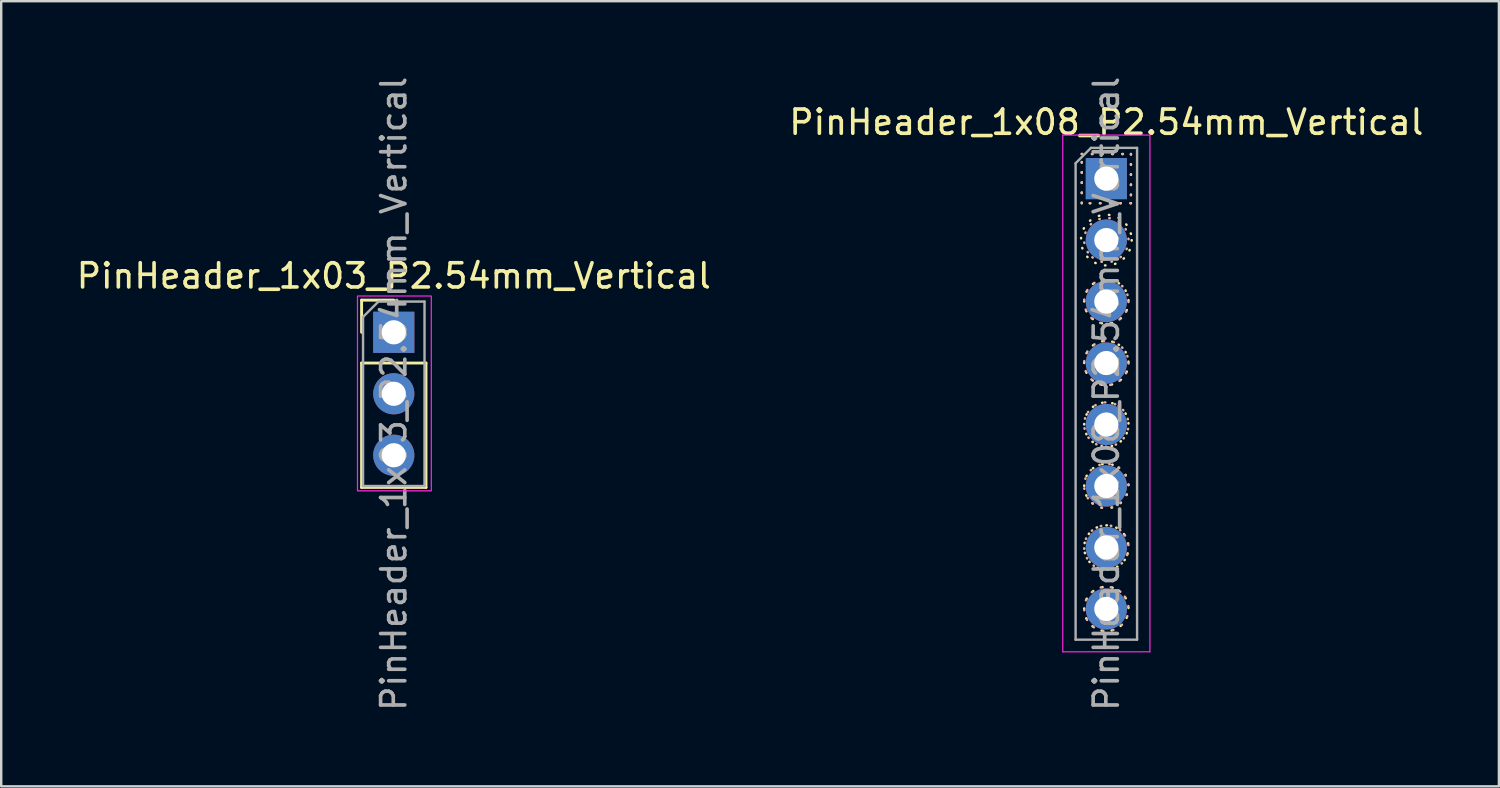
<source format=kicad_pcb>
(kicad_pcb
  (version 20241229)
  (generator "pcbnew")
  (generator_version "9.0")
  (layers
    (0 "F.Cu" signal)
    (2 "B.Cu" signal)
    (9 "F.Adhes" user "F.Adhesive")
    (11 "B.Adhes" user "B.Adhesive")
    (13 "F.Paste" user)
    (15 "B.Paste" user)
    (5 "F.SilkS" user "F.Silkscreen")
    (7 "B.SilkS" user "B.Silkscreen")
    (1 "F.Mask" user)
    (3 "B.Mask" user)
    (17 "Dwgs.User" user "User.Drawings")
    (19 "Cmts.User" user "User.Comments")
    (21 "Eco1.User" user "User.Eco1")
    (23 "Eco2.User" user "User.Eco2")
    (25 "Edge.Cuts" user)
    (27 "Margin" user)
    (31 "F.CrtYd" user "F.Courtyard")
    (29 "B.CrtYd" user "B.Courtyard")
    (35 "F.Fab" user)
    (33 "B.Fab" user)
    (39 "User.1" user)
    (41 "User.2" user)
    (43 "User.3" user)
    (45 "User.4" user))
  (footprint "PinHeader_1x03_P2.54mm_Vertical"
    (layer "F.Cu")
    (at 13.22 10.68)
    (property "Reference" "PinHeader_1x03_P2.54mm_Vertical" (at 0 -2.33 0) (layer "F.SilkS") (effects (font (size 1 1) (thickness 0.15))))
    (attr through_hole)
    (fp_line (start -1.33 -1.33) (end 0 -1.33) (stroke (width 0.12) (type solid)) (layer "F.SilkS"))
    (fp_line (start -1.33 0) (end -1.33 -1.33) (stroke (width 0.12) (type solid)) (layer "F.SilkS"))
    (fp_line (start -1.33 1.27) (end -1.33 6.41) (stroke (width 0.12) (type solid)) (layer "F.SilkS"))
    (fp_line (start -1.33 1.27) (end 1.33 1.27) (stroke (width 0.12) (type solid)) (layer "F.SilkS"))
    (fp_line (start -1.33 6.41) (end 1.33 6.41) (stroke (width 0.12) (type solid)) (layer "F.SilkS"))
    (fp_line (start 1.33 1.27) (end 1.33 6.41) (stroke (width 0.12) (type solid)) (layer "F.SilkS"))
    (fp_rect (start -1.5 -1.5) (end 1.55 6.55) (stroke (width 0.05) (type default)) (fill no) (layer "F.CrtYd"))
    (fp_line (start -1.27 -0.635) (end -0.635 -1.27) (stroke (width 0.1) (type solid)) (layer "F.Fab"))
    (fp_line (start -1.27 6.35) (end -1.27 -0.635) (stroke (width 0.1) (type solid)) (layer "F.Fab"))
    (fp_line (start -0.635 -1.27) (end 1.27 -1.27) (stroke (width 0.1) (type solid)) (layer "F.Fab"))
    (fp_line (start 1.27 -1.27) (end 1.27 6.35) (stroke (width 0.1) (type solid)) (layer "F.Fab"))
    (fp_line (start 1.27 6.35) (end -1.27 6.35) (stroke (width 0.1) (type solid)) (layer "F.Fab"))
    (fp_text user "${REFERENCE}" (at 0 2.54 90) (layer "F.Fab") (effects (font (size 1 1) (thickness 0.15))))
    (pad "1" thru_hole rect (at 0 0) (size 1.7 1.7) (drill 1) (layers "*.Cu" "*.Mask"))
    (pad "2" thru_hole oval (at 0 2.54) (size 1.7 1.7) (drill 1) (layers "*.Cu" "*.Mask"))
    (pad "3" thru_hole oval (at 0 5.08) (size 1.7 1.7) (drill 1) (layers "*.Cu" "*.Mask")))
  (footprint "PinHeader_1x08_P2.54mm_Vertical"
    (layer "F.Cu")
    (at 42.661 4.33)
    (property "Reference" "PinHeader_1x08_P2.54mm_Vertical" (at 0 -2.33 180) (layer "F.SilkS") (effects (font (size 1 1) (thickness 0.15))))
    (attr through_hole)
    (fp_rect (start -1.016 -1.016) (end 1.016 1.016) (stroke (width 0.1) (type dot)) (fill no) (layer "F.SilkS"))
    (fp_circle (center 0 2.54) (end 1.047 2.54) (stroke (width 0.1) (type dot)) (fill no) (layer "F.SilkS"))
    (fp_circle (center 0 5.08) (end 0.508 4.318) (stroke (width 0.1) (type dot)) (fill no) (layer "F.SilkS"))
    (fp_circle (center 0 7.62) (end 0.508 6.858) (stroke (width 0.1) (type dot)) (fill no) (layer "F.SilkS"))
    (fp_circle (center 0 10.16) (end 0.508 9.398) (stroke (width 0.1) (type dot)) (fill no) (layer "F.SilkS"))
    (fp_circle (center 0 12.7) (end 0.508 11.938) (stroke (width 0.1) (type dot)) (fill no) (layer "F.SilkS"))
    (fp_circle (center 0 15.24) (end 0.762 15.748) (stroke (width 0.1) (type dot)) (fill no) (layer "F.SilkS"))
    (fp_circle (center 0 17.78) (end 0.508 17.018) (stroke (width 0.1) (type dot)) (fill no) (layer "F.SilkS"))
    (fp_rect (start -1.016 -1.016) (end 1.016 1.016) (stroke (width 0.1) (type dot)) (fill no) (layer "B.SilkS"))
    (fp_circle (center 0 2.54) (end -0.762 3.048) (stroke (width 0.1) (type dot)) (fill no) (layer "B.SilkS"))
    (fp_circle (center 0 5.08) (end 0.916 5.08) (stroke (width 0.1) (type dot)) (fill no) (layer "B.SilkS"))
    (fp_circle (center 0 7.62) (end 0.916 7.62) (stroke (width 0.1) (type dot)) (fill no) (layer "B.SilkS"))
    (fp_circle (center 0 10.16) (end -0.762 9.652) (stroke (width 0.1) (type dot)) (fill no) (layer "B.SilkS"))
    (fp_circle (center 0 12.7) (end -0.762 13.208) (stroke (width 0.1) (type dot)) (fill no) (layer "B.SilkS"))
    (fp_circle (center 0 15.24) (end 0.762 14.732) (stroke (width 0.1) (type dot)) (fill no) (layer "B.SilkS"))
    (fp_circle (center 0 17.78) (end 0.762 17.272) (stroke (width 0.1) (type dot)) (fill no) (layer "B.SilkS"))
    (fp_line (start -1.8 -1.8) (end -1.8 19.55) (stroke (width 0.05) (type solid)) (layer "F.CrtYd"))
    (fp_line (start -1.8 19.55) (end 1.8 19.55) (stroke (width 0.05) (type solid)) (layer "F.CrtYd"))
    (fp_line (start 1.8 -1.8) (end -1.8 -1.8) (stroke (width 0.05) (type solid)) (layer "F.CrtYd"))
    (fp_line (start 1.8 19.55) (end 1.8 -1.8) (stroke (width 0.05) (type solid)) (layer "F.CrtYd"))
    (fp_line (start -1.27 -0.635) (end -0.635 -1.27) (stroke (width 0.1) (type solid)) (layer "F.Fab"))
    (fp_line (start -1.27 19.05) (end -1.27 -0.635) (stroke (width 0.1) (type solid)) (layer "F.Fab"))
    (fp_line (start -0.635 -1.27) (end 1.27 -1.27) (stroke (width 0.1) (type solid)) (layer "F.Fab"))
    (fp_line (start 1.27 -1.27) (end 1.27 19.05) (stroke (width 0.1) (type solid)) (layer "F.Fab"))
    (fp_line (start 1.27 19.05) (end -1.27 19.05) (stroke (width 0.1) (type solid)) (layer "F.Fab"))
    (fp_text user "${REFERENCE}" (at 0 8.89 270) (layer "F.Fab") (effects (font (size 1 1) (thickness 0.15))))
    (pad "1" thru_hole rect (at 0 0) (size 1.7 1.7) (drill 1) (layers "*.Cu" "*.Mask"))
    (pad "2" thru_hole oval (at 0 2.54) (size 1.7 1.7) (drill 1) (layers "*.Cu" "*.Mask"))
    (pad "3" thru_hole oval (at 0 5.08) (size 1.7 1.7) (drill 1) (layers "*.Cu" "*.Mask"))
    (pad "4" thru_hole oval (at 0 7.62) (size 1.7 1.7) (drill 1) (layers "*.Cu" "*.Mask"))
    (pad "5" thru_hole oval (at 0 10.16) (size 1.7 1.7) (drill 1) (layers "*.Cu" "*.Mask"))
    (pad "6" thru_hole oval (at 0 12.7) (size 1.7 1.7) (drill 1) (layers "*.Cu" "*.Mask"))
    (pad "7" thru_hole oval (at 0 15.24) (size 1.7 1.7) (drill 1) (layers "*.Cu" "*.Mask"))
    (pad "8" thru_hole oval (at 0 17.78) (size 1.7 1.7) (drill 1) (layers "*.Cu" "*.Mask")))
  (gr_rect
    (start -3 -3)
    (end 58.881 29.44)
    (stroke (width 0.1) (type default))
    (fill no)
    (layer "Edge.Cuts")))
</source>
